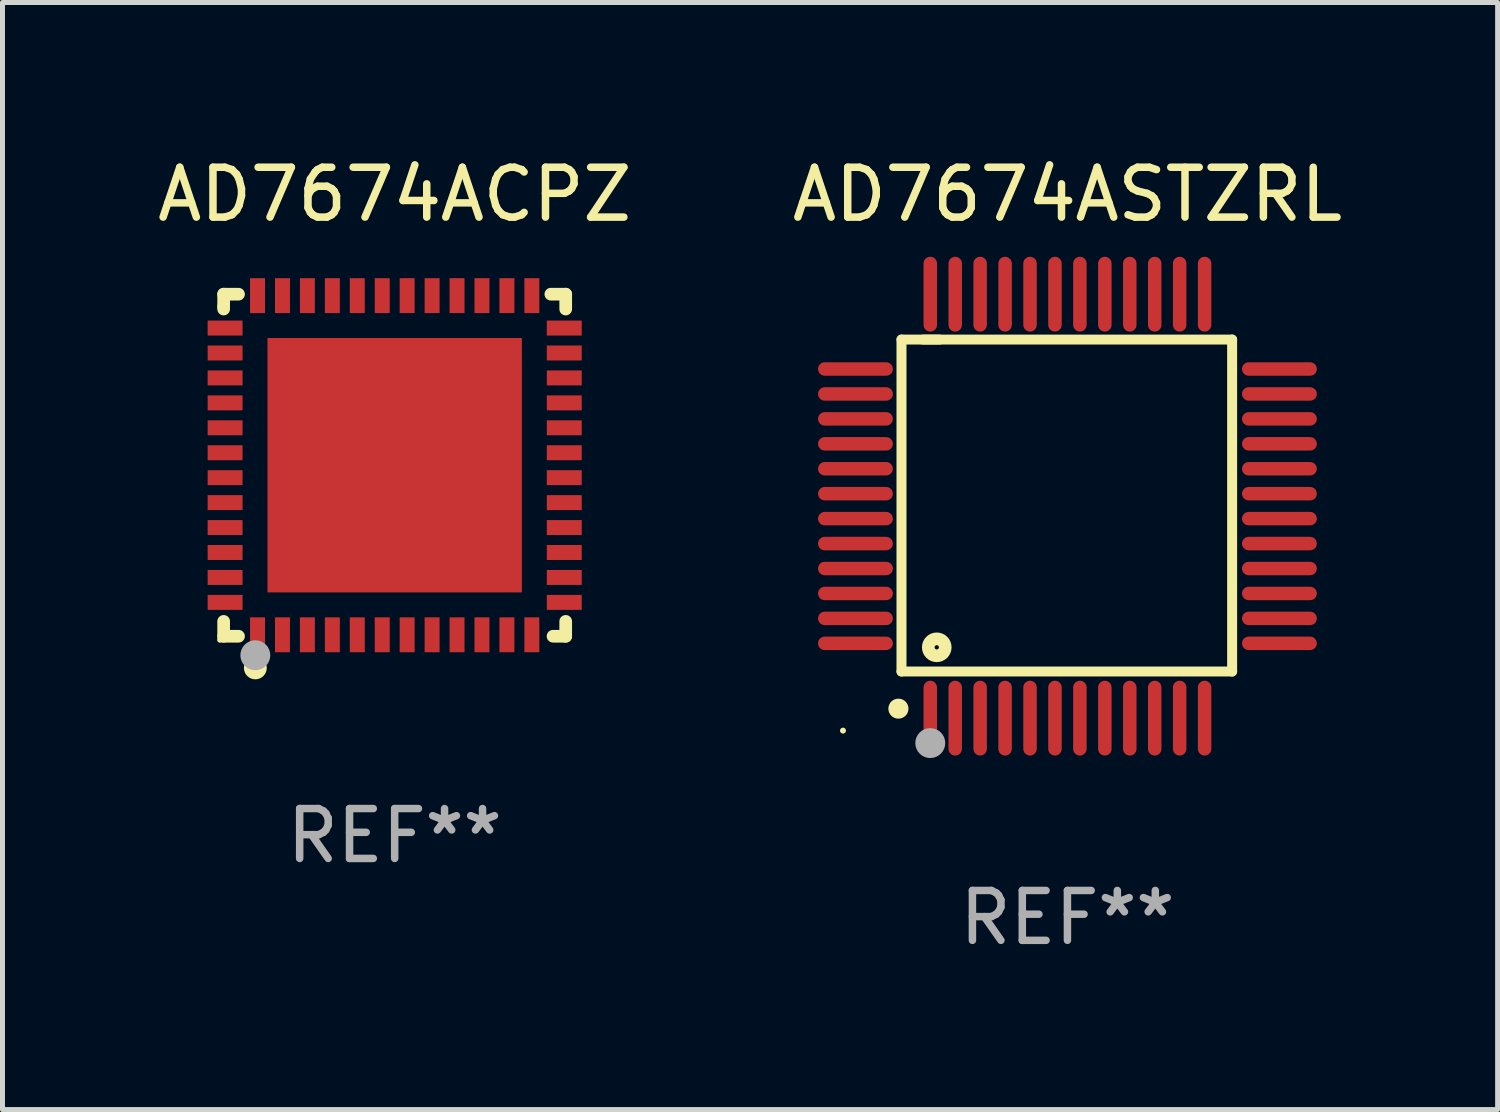
<source format=kicad_pcb>
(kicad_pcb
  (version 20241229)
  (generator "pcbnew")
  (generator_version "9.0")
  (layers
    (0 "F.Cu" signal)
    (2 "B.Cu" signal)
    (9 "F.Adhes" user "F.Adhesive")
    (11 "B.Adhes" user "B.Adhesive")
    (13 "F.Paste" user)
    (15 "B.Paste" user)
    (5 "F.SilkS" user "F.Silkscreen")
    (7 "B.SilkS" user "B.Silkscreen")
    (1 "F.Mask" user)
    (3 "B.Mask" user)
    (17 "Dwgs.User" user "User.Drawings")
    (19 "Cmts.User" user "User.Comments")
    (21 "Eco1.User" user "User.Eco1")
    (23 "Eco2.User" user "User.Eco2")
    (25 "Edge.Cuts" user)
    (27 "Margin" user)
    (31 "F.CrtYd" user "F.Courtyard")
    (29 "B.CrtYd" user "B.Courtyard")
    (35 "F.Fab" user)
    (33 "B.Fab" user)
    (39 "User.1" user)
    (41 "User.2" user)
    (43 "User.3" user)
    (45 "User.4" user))
  (footprint "AD7674ACPZ"
    (layer "F.Cu")
    (at 4.863 6.277)
    (property "Reference" "AD7674ACPZ" (at 0 -5.429 0) (layer "F.SilkS") (effects (font (size 1 1) (thickness 0.15))))
    (attr through_hole)
    (fp_line (start -3.429 -3.429) (end -3.429 -3.175) (stroke (width 0.254) (type solid)) (layer "F.SilkS"))
    (fp_line (start -3.429 -3.175) (end -3.429 -3.131) (stroke (width 0.254) (type solid)) (layer "F.SilkS"))
    (fp_line (start -3.429 3.131) (end -3.429 3.429) (stroke (width 0.254) (type solid)) (layer "F.SilkS"))
    (fp_line (start -3.429 3.429) (end -3.131 3.429) (stroke (width 0.254) (type solid)) (layer "F.SilkS"))
    (fp_line (start -3.131 -3.429) (end -3.429 -3.429) (stroke (width 0.254) (type solid)) (layer "F.SilkS"))
    (fp_line (start 3.131 -3.429) (end 3.429 -3.429) (stroke (width 0.254) (type solid)) (layer "F.SilkS"))
    (fp_line (start 3.429 -3.429) (end 3.429 -3.131) (stroke (width 0.254) (type solid)) (layer "F.SilkS"))
    (fp_line (start 3.429 3.131) (end 3.429 3.429) (stroke (width 0.254) (type solid)) (layer "F.SilkS"))
    (fp_line (start 3.429 3.429) (end 3.175 3.429) (stroke (width 0.254) (type solid)) (layer "F.SilkS"))
    (fp_circle (center -3.5 3.5) (end -3.47 3.5) (stroke (width 0.06) (type solid)) (fill no) (layer "F.SilkS"))
    (fp_circle (center -2.794 4.064) (end -2.667 4.064) (stroke (width 0.204) (type solid)) (fill no) (layer "F.SilkS"))
    (fp_circle (center -2.794 3.81) (end -2.644 3.81) (stroke (width 0.3) (type solid)) (fill no) (layer "F.Fab"))
    (fp_text user "REF**" (at 0 7.429 0) (layer "F.Fab") (effects (font (size 1 1) (thickness 0.15))))
    (pad "1" smd rect (at -2.75 3.4) (size 0.3 0.7) (layers "F.Cu" "F.Mask" "F.Paste"))
    (pad "2" smd rect (at -2.25 3.4) (size 0.3 0.7) (layers "F.Cu" "F.Mask" "F.Paste"))
    (pad "3" smd rect (at -1.75 3.4) (size 0.3 0.7) (layers "F.Cu" "F.Mask" "F.Paste"))
    (pad "4" smd rect (at -1.25 3.4) (size 0.3 0.7) (layers "F.Cu" "F.Mask" "F.Paste"))
    (pad "5" smd rect (at -0.75 3.4) (size 0.3 0.7) (layers "F.Cu" "F.Mask" "F.Paste"))
    (pad "6" smd rect (at -0.25 3.4) (size 0.3 0.7) (layers "F.Cu" "F.Mask" "F.Paste"))
    (pad "7" smd rect (at 0.25 3.4) (size 0.3 0.7) (layers "F.Cu" "F.Mask" "F.Paste"))
    (pad "8" smd rect (at 0.75 3.4) (size 0.3 0.7) (layers "F.Cu" "F.Mask" "F.Paste"))
    (pad "9" smd rect (at 1.25 3.4) (size 0.3 0.7) (layers "F.Cu" "F.Mask" "F.Paste"))
    (pad "10" smd rect (at 1.75 3.4) (size 0.3 0.7) (layers "F.Cu" "F.Mask" "F.Paste"))
    (pad "11" smd rect (at 2.25 3.4) (size 0.3 0.7) (layers "F.Cu" "F.Mask" "F.Paste"))
    (pad "12" smd rect (at 2.75 3.4) (size 0.3 0.7) (layers "F.Cu" "F.Mask" "F.Paste"))
    (pad "13" smd rect (at 3.4 2.75) (size 0.7 0.3) (layers "F.Cu" "F.Mask" "F.Paste"))
    (pad "14" smd rect (at 3.4 2.25) (size 0.7 0.3) (layers "F.Cu" "F.Mask" "F.Paste"))
    (pad "15" smd rect (at 3.4 1.75) (size 0.7 0.3) (layers "F.Cu" "F.Mask" "F.Paste"))
    (pad "16" smd rect (at 3.4 1.25) (size 0.7 0.3) (layers "F.Cu" "F.Mask" "F.Paste"))
    (pad "17" smd rect (at 3.4 0.75) (size 0.7 0.3) (layers "F.Cu" "F.Mask" "F.Paste"))
    (pad "18" smd rect (at 3.4 0.25) (size 0.7 0.3) (layers "F.Cu" "F.Mask" "F.Paste"))
    (pad "19" smd rect (at 3.4 -0.25) (size 0.7 0.3) (layers "F.Cu" "F.Mask" "F.Paste"))
    (pad "20" smd rect (at 3.4 -0.75) (size 0.7 0.3) (layers "F.Cu" "F.Mask" "F.Paste"))
    (pad "21" smd rect (at 3.4 -1.25) (size 0.7 0.3) (layers "F.Cu" "F.Mask" "F.Paste"))
    (pad "22" smd rect (at 3.4 -1.75) (size 0.7 0.3) (layers "F.Cu" "F.Mask" "F.Paste"))
    (pad "23" smd rect (at 3.4 -2.25) (size 0.7 0.3) (layers "F.Cu" "F.Mask" "F.Paste"))
    (pad "24" smd rect (at 3.4 -2.75) (size 0.7 0.3) (layers "F.Cu" "F.Mask" "F.Paste"))
    (pad "25" smd rect (at 2.75 -3.4) (size 0.3 0.7) (layers "F.Cu" "F.Mask" "F.Paste"))
    (pad "26" smd rect (at 2.25 -3.4) (size 0.3 0.7) (layers "F.Cu" "F.Mask" "F.Paste"))
    (pad "27" smd rect (at 1.75 -3.4) (size 0.3 0.7) (layers "F.Cu" "F.Mask" "F.Paste"))
    (pad "28" smd rect (at 1.25 -3.4) (size 0.3 0.7) (layers "F.Cu" "F.Mask" "F.Paste"))
    (pad "29" smd rect (at 0.75 -3.4) (size 0.3 0.7) (layers "F.Cu" "F.Mask" "F.Paste"))
    (pad "30" smd rect (at 0.25 -3.4) (size 0.3 0.7) (layers "F.Cu" "F.Mask" "F.Paste"))
    (pad "31" smd rect (at -0.25 -3.4) (size 0.3 0.7) (layers "F.Cu" "F.Mask" "F.Paste"))
    (pad "32" smd rect (at -0.75 -3.4) (size 0.3 0.7) (layers "F.Cu" "F.Mask" "F.Paste"))
    (pad "33" smd rect (at -1.25 -3.4) (size 0.3 0.7) (layers "F.Cu" "F.Mask" "F.Paste"))
    (pad "34" smd rect (at -1.75 -3.4) (size 0.3 0.7) (layers "F.Cu" "F.Mask" "F.Paste"))
    (pad "35" smd rect (at -2.25 -3.4) (size 0.3 0.7) (layers "F.Cu" "F.Mask" "F.Paste"))
    (pad "36" smd rect (at -2.75 -3.4) (size 0.3 0.7) (layers "F.Cu" "F.Mask" "F.Paste"))
    (pad "37" smd rect (at -3.4 -2.75) (size 0.7 0.3) (layers "F.Cu" "F.Mask" "F.Paste"))
    (pad "38" smd rect (at -3.4 -2.25) (size 0.7 0.3) (layers "F.Cu" "F.Mask" "F.Paste"))
    (pad "39" smd rect (at -3.4 -1.75) (size 0.7 0.3) (layers "F.Cu" "F.Mask" "F.Paste"))
    (pad "40" smd rect (at -3.4 -1.25) (size 0.7 0.3) (layers "F.Cu" "F.Mask" "F.Paste"))
    (pad "41" smd rect (at -3.4 -0.75) (size 0.7 0.3) (layers "F.Cu" "F.Mask" "F.Paste"))
    (pad "42" smd rect (at -3.4 -0.25) (size 0.7 0.3) (layers "F.Cu" "F.Mask" "F.Paste"))
    (pad "43" smd rect (at -3.4 0.25) (size 0.7 0.3) (layers "F.Cu" "F.Mask" "F.Paste"))
    (pad "44" smd rect (at -3.4 0.75) (size 0.7 0.3) (layers "F.Cu" "F.Mask" "F.Paste"))
    (pad "45" smd rect (at -3.4 1.25) (size 0.7 0.3) (layers "F.Cu" "F.Mask" "F.Paste"))
    (pad "46" smd rect (at -3.4 1.75) (size 0.7 0.3) (layers "F.Cu" "F.Mask" "F.Paste"))
    (pad "47" smd rect (at -3.4 2.25) (size 0.7 0.3) (layers "F.Cu" "F.Mask" "F.Paste"))
    (pad "48" smd rect (at -3.4 2.75) (size 0.7 0.3) (layers "F.Cu" "F.Mask" "F.Paste"))
    (pad "49" smd rect (at 0 0) (size 5.1 5.1) (layers "F.Cu" "F.Mask" "F.Paste")))
  (footprint "AD7674ASTZRL"
    (layer "F.Cu")
    (at 18.351 7.098)
    (property "Reference" "AD7674ASTZRL" (at 0 -6.25 0) (layer "F.SilkS") (effects (font (size 1 1) (thickness 0.15))))
    (attr through_hole)
    (fp_line (start -3.327 -3.34) (end -2.565 -3.34) (stroke (width 0.2) (type solid)) (layer "F.SilkS"))
    (fp_line (start -3.327 3.315) (end -3.327 -3.34) (stroke (width 0.2) (type solid)) (layer "F.SilkS"))
    (fp_line (start -2.896 -3.34) (end 3.302 -3.34) (stroke (width 0.2) (type solid)) (layer "F.SilkS"))
    (fp_line (start 3.302 -3.34) (end 3.302 3.315) (stroke (width 0.2) (type solid)) (layer "F.SilkS"))
    (fp_line (start 3.302 3.315) (end -3.327 3.315) (stroke (width 0.2) (type solid)) (layer "F.SilkS"))
    (fp_arc (start -3.389992 4.059995) (mid -3.388722 4.059991) (end -3.387452 4.059995) (stroke (width 0.4) (type solid)) (layer "F.SilkS"))
    (fp_circle (center -4.5 4.5) (end -4.47 4.5) (stroke (width 0.06) (type solid)) (fill no) (layer "F.SilkS"))
    (fp_circle (center -2.62 2.83) (end -2.45 2.83) (stroke (width 0.254) (type solid)) (fill no) (layer "F.SilkS"))
    (fp_circle (center -2.75 4.75) (end -2.6 4.75) (stroke (width 0.3) (type solid)) (fill no) (layer "F.Fab"))
    (fp_text user "REF**" (at 0 8.25 0) (layer "F.Fab") (effects (font (size 1 1) (thickness 0.15))))
    (pad "1" smd oval (at -2.75 4.25) (size 0.27 1.5) (layers "F.Cu" "F.Mask" "F.Paste"))
    (pad "2" smd oval (at -2.25 4.25) (size 0.27 1.5) (layers "F.Cu" "F.Mask" "F.Paste"))
    (pad "3" smd oval (at -1.75 4.25) (size 0.27 1.5) (layers "F.Cu" "F.Mask" "F.Paste"))
    (pad "4" smd oval (at -1.25 4.25) (size 0.27 1.5) (layers "F.Cu" "F.Mask" "F.Paste"))
    (pad "5" smd oval (at -0.75 4.25) (size 0.27 1.5) (layers "F.Cu" "F.Mask" "F.Paste"))
    (pad "6" smd oval (at -0.25 4.25) (size 0.27 1.5) (layers "F.Cu" "F.Mask" "F.Paste"))
    (pad "7" smd oval (at 0.25 4.25) (size 0.27 1.5) (layers "F.Cu" "F.Mask" "F.Paste"))
    (pad "8" smd oval (at 0.75 4.25) (size 0.27 1.5) (layers "F.Cu" "F.Mask" "F.Paste"))
    (pad "9" smd oval (at 1.25 4.25) (size 0.27 1.5) (layers "F.Cu" "F.Mask" "F.Paste"))
    (pad "10" smd oval (at 1.75 4.25) (size 0.27 1.5) (layers "F.Cu" "F.Mask" "F.Paste"))
    (pad "11" smd oval (at 2.25 4.25) (size 0.27 1.5) (layers "F.Cu" "F.Mask" "F.Paste"))
    (pad "12" smd oval (at 2.75 4.25) (size 0.27 1.5) (layers "F.Cu" "F.Mask" "F.Paste"))
    (pad "13" smd oval (at 4.25 2.75) (size 1.5 0.27) (layers "F.Cu" "F.Mask" "F.Paste"))
    (pad "14" smd oval (at 4.25 2.25) (size 1.5 0.27) (layers "F.Cu" "F.Mask" "F.Paste"))
    (pad "15" smd oval (at 4.25 1.75) (size 1.5 0.27) (layers "F.Cu" "F.Mask" "F.Paste"))
    (pad "16" smd oval (at 4.25 1.25) (size 1.5 0.27) (layers "F.Cu" "F.Mask" "F.Paste"))
    (pad "17" smd oval (at 4.25 0.75) (size 1.5 0.27) (layers "F.Cu" "F.Mask" "F.Paste"))
    (pad "18" smd oval (at 4.25 0.25) (size 1.5 0.27) (layers "F.Cu" "F.Mask" "F.Paste"))
    (pad "19" smd oval (at 4.25 -0.25) (size 1.5 0.27) (layers "F.Cu" "F.Mask" "F.Paste"))
    (pad "20" smd oval (at 4.25 -0.75) (size 1.5 0.27) (layers "F.Cu" "F.Mask" "F.Paste"))
    (pad "21" smd oval (at 4.25 -1.25) (size 1.5 0.27) (layers "F.Cu" "F.Mask" "F.Paste"))
    (pad "22" smd oval (at 4.25 -1.75) (size 1.5 0.27) (layers "F.Cu" "F.Mask" "F.Paste"))
    (pad "23" smd oval (at 4.25 -2.25) (size 1.5 0.27) (layers "F.Cu" "F.Mask" "F.Paste"))
    (pad "24" smd oval (at 4.25 -2.75) (size 1.5 0.27) (layers "F.Cu" "F.Mask" "F.Paste"))
    (pad "25" smd oval (at 2.75 -4.25) (size 0.27 1.5) (layers "F.Cu" "F.Mask" "F.Paste"))
    (pad "26" smd oval (at 2.25 -4.25) (size 0.27 1.5) (layers "F.Cu" "F.Mask" "F.Paste"))
    (pad "27" smd oval (at 1.75 -4.25) (size 0.27 1.5) (layers "F.Cu" "F.Mask" "F.Paste"))
    (pad "28" smd oval (at 1.25 -4.25) (size 0.27 1.5) (layers "F.Cu" "F.Mask" "F.Paste"))
    (pad "29" smd oval (at 0.75 -4.25) (size 0.27 1.5) (layers "F.Cu" "F.Mask" "F.Paste"))
    (pad "30" smd oval (at 0.25 -4.25) (size 0.27 1.5) (layers "F.Cu" "F.Mask" "F.Paste"))
    (pad "31" smd oval (at -0.25 -4.25) (size 0.27 1.5) (layers "F.Cu" "F.Mask" "F.Paste"))
    (pad "32" smd oval (at -0.75 -4.25) (size 0.27 1.5) (layers "F.Cu" "F.Mask" "F.Paste"))
    (pad "33" smd oval (at -1.25 -4.25) (size 0.27 1.5) (layers "F.Cu" "F.Mask" "F.Paste"))
    (pad "34" smd oval (at -1.75 -4.25) (size 0.27 1.5) (layers "F.Cu" "F.Mask" "F.Paste"))
    (pad "35" smd oval (at -2.25 -4.25) (size 0.27 1.5) (layers "F.Cu" "F.Mask" "F.Paste"))
    (pad "36" smd oval (at -2.75 -4.25) (size 0.27 1.5) (layers "F.Cu" "F.Mask" "F.Paste"))
    (pad "37" smd oval (at -4.25 -2.75) (size 1.5 0.27) (layers "F.Cu" "F.Mask" "F.Paste"))
    (pad "38" smd oval (at -4.25 -2.25) (size 1.5 0.27) (layers "F.Cu" "F.Mask" "F.Paste"))
    (pad "39" smd oval (at -4.25 -1.75) (size 1.5 0.27) (layers "F.Cu" "F.Mask" "F.Paste"))
    (pad "40" smd oval (at -4.25 -1.25) (size 1.5 0.27) (layers "F.Cu" "F.Mask" "F.Paste"))
    (pad "41" smd oval (at -4.25 -0.75) (size 1.5 0.27) (layers "F.Cu" "F.Mask" "F.Paste"))
    (pad "42" smd oval (at -4.25 -0.25) (size 1.5 0.27) (layers "F.Cu" "F.Mask" "F.Paste"))
    (pad "43" smd oval (at -4.25 0.25) (size 1.5 0.27) (layers "F.Cu" "F.Mask" "F.Paste"))
    (pad "44" smd oval (at -4.25 0.75) (size 1.5 0.27) (layers "F.Cu" "F.Mask" "F.Paste"))
    (pad "45" smd oval (at -4.25 1.25) (size 1.5 0.27) (layers "F.Cu" "F.Mask" "F.Paste"))
    (pad "46" smd oval (at -4.25 1.75) (size 1.5 0.27) (layers "F.Cu" "F.Mask" "F.Paste"))
    (pad "47" smd oval (at -4.25 2.25) (size 1.5 0.27) (layers "F.Cu" "F.Mask" "F.Paste"))
    (pad "48" smd oval (at -4.25 2.75) (size 1.5 0.27) (layers "F.Cu" "F.Mask" "F.Paste")))
  (gr_rect
    (start -3 -3)
    (end 26.976 19.196)
    (stroke (width 0.1) (type default))
    (fill no)
    (layer "Edge.Cuts")))
</source>
